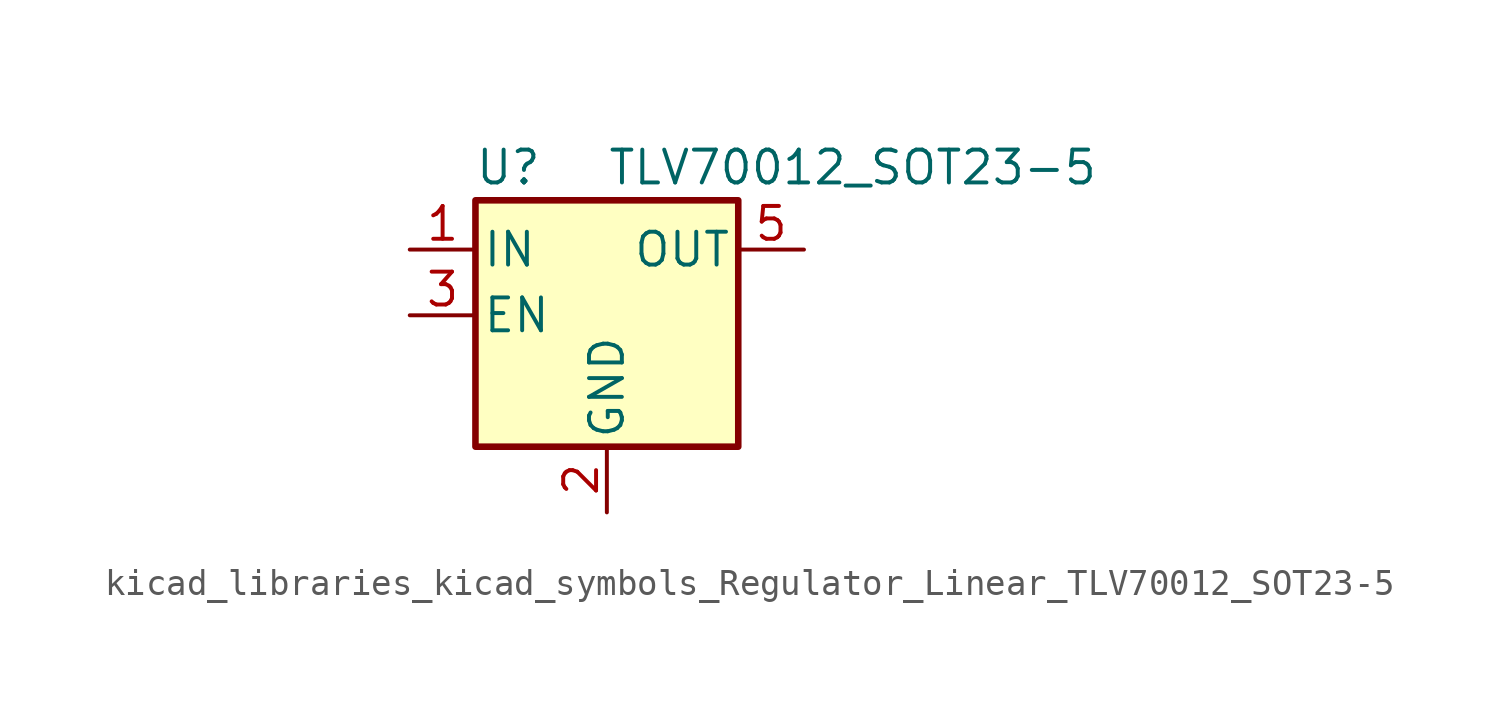
<source format=kicad_sym>
(kicad_symbol_lib
  (version 20220914)
  (generator kicad_symbol_editor)
  (symbol "kicad_libraries_kicad_symbols_Regulator_Linear_TLV70012_SOT23-5"
    (pin_names
      (offset 0.254))
    (property "Reference" "U"
      (at -3.81 5.715 0)
      (effects (font (size 1.27 1.27))))
    (property "Value" "TLV70012_SOT23-5"
      (at 0 5.715 0)
      (effects (font (size 1.27 1.27)) (justify left)))
    (symbol "kicad_libraries_kicad_symbols_Regulator_Linear_TLV70012_SOT23-5_0_1"
      (rectangle (start -5.08 4.445) (end 5.08 -5.08) (stroke (width 0.254) (type default)) (fill (type background))))
    (symbol "kicad_libraries_kicad_symbols_Regulator_Linear_TLV70012_SOT23-5_1_1"
      (pin power_in line (at -7.62 2.54 0) (length 2.54) (name "IN" (effects (font (size 1.27 1.27)))) (number "1" (effects (font (size 1.27 1.27)))))
      (pin power_in line (at 0 -7.62 90) (length 2.54) (name "GND" (effects (font (size 1.27 1.27)))) (number "2" (effects (font (size 1.27 1.27)))))
      (pin input line (at -7.62 0 0) (length 2.54) (name "EN" (effects (font (size 1.27 1.27)))) (number "3" (effects (font (size 1.27 1.27)))))
      (pin no_connect line (at 5.08 0 180) (length 2.54) hide (name "NC" (effects (font (size 1.27 1.27)))) (number "4" (effects (font (size 1.27 1.27)))))
      (pin power_out line (at 7.62 2.54 180) (length 2.54) (name "OUT" (effects (font (size 1.27 1.27)))) (number "5" (effects (font (size 1.27 1.27))))))))
</source>
